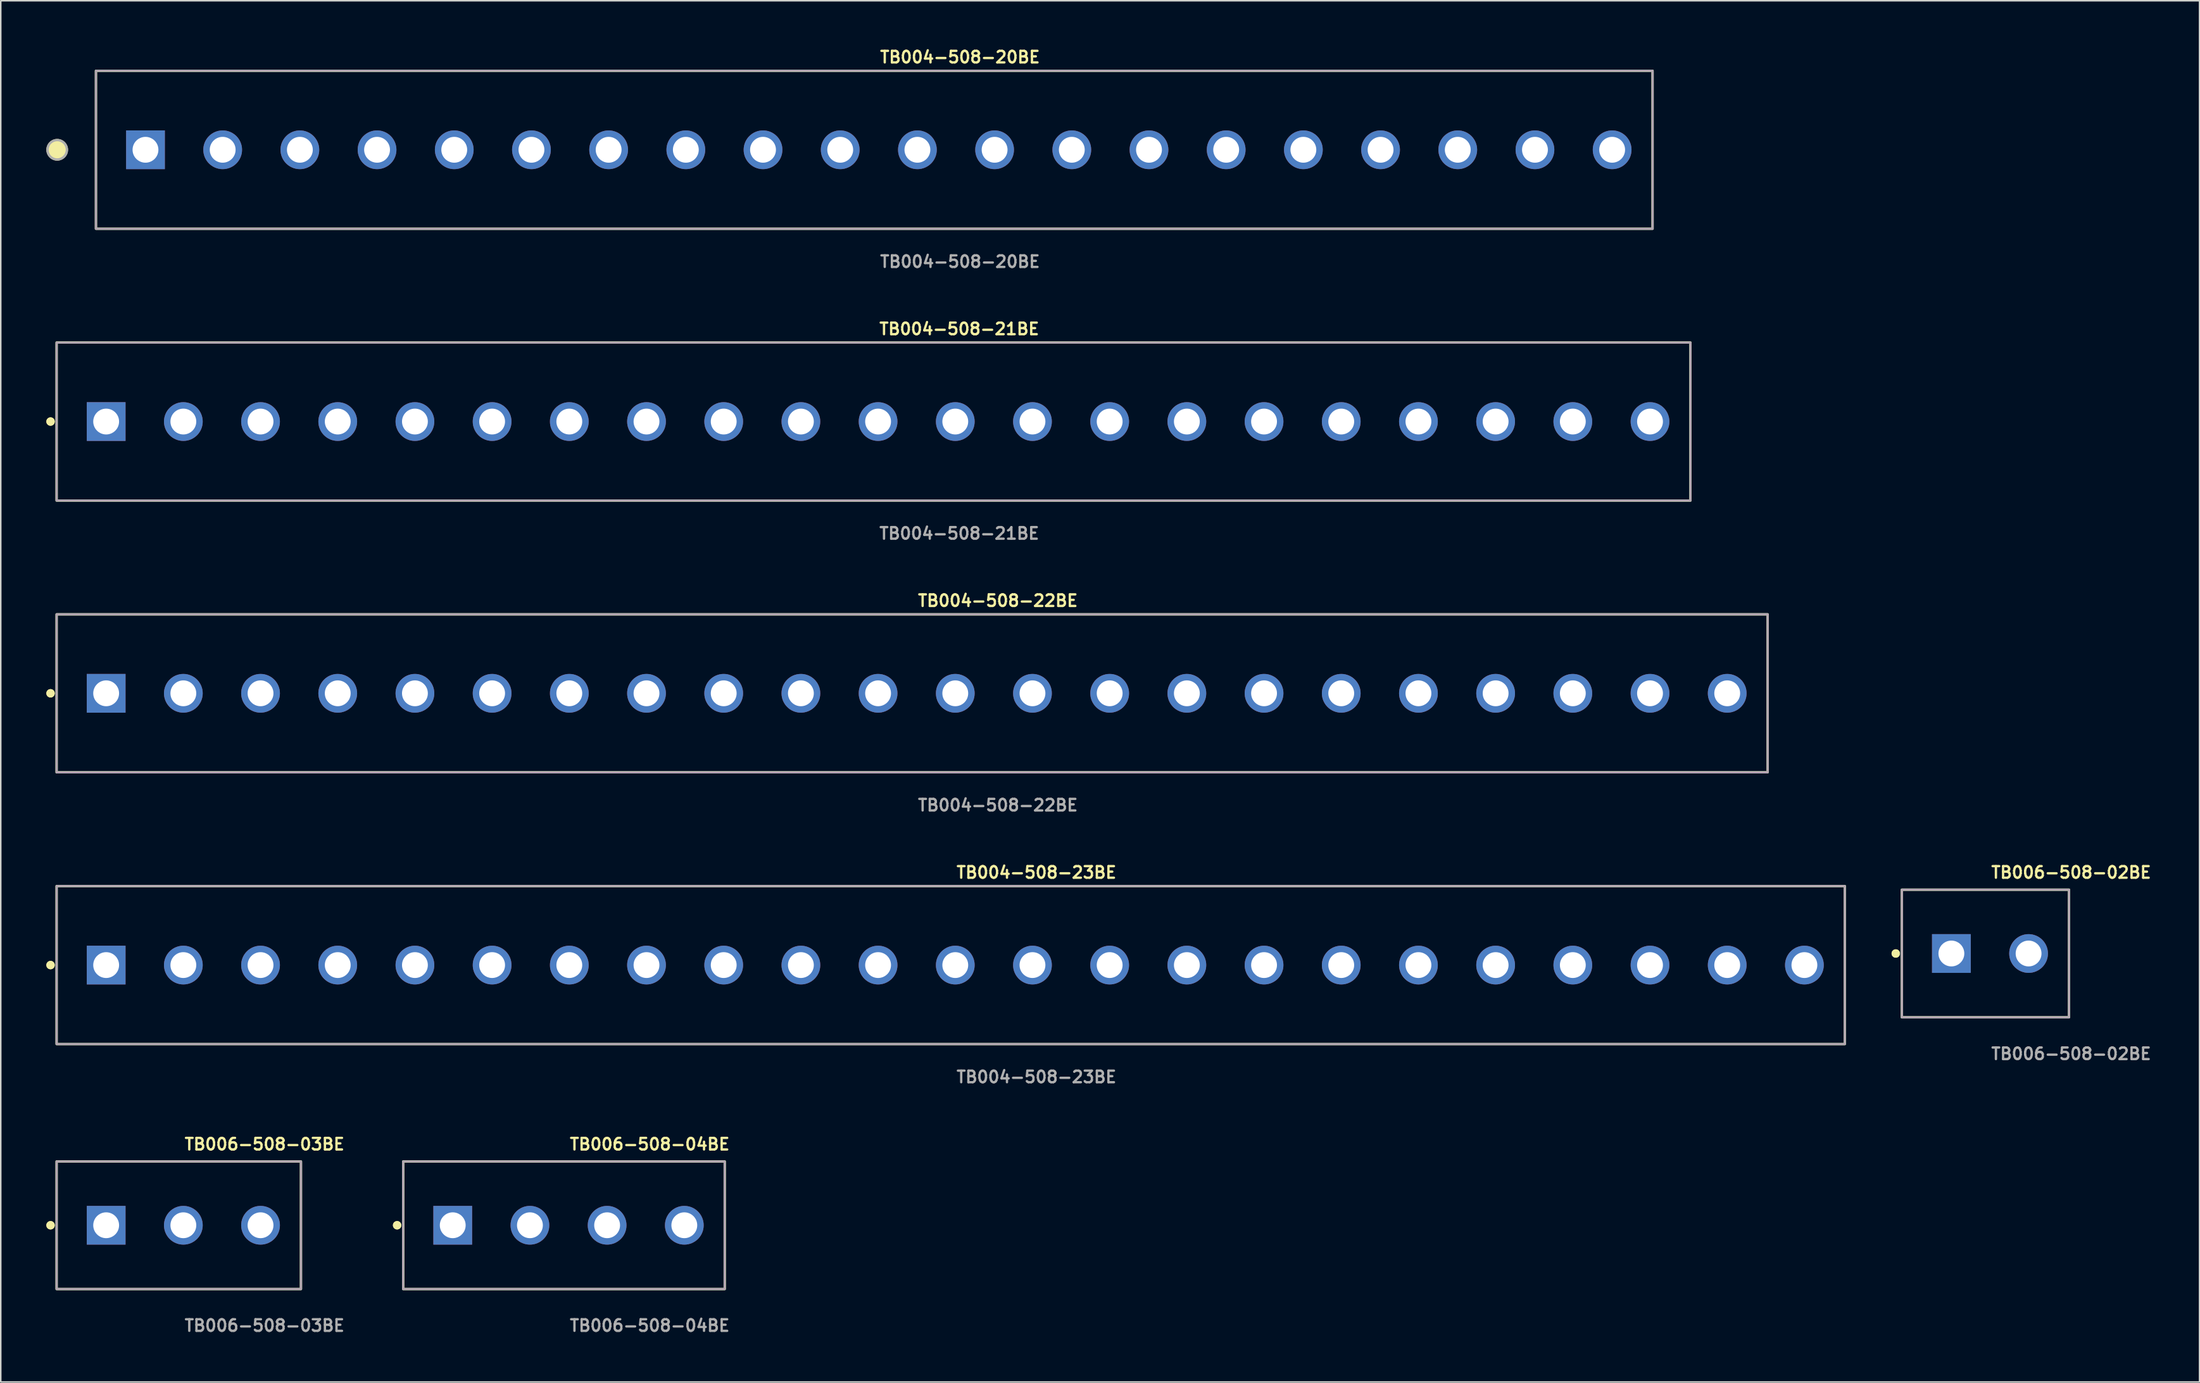
<source format=kicad_pcb>
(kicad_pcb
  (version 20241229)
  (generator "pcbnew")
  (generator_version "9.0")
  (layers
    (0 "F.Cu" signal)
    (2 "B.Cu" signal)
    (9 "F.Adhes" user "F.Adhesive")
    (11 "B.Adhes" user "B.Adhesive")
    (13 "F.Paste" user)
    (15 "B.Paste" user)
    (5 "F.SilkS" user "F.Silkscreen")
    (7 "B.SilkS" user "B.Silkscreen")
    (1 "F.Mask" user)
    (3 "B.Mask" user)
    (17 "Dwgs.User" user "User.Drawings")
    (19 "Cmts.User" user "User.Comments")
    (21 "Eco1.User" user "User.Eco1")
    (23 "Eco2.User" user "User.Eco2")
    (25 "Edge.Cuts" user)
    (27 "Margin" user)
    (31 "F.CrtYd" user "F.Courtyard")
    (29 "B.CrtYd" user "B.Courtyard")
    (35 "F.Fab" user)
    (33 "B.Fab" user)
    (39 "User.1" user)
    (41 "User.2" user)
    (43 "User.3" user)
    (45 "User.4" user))
  (footprint "TB006-508-02BE"
    (layer "F.Cu")
    (at 127.909 59.713)
    (property "Reference" "TB006-508-02BE" (at 0 -5.334 0) (unlocked yes) (layer "F.SilkS") (effects (font (size 0.762 0.762) (thickness 0.152)) (justify left)))
    (fp_rect (start -5.8 4.2) (end 5.2 -4.2) (stroke (width 0.152) (type solid)) (fill no) (layer "F.SilkS"))
    (fp_circle (center -6.2 0) (end -6.4 0) (stroke (width 0.152) (type solid)) (fill yes) (layer "F.SilkS"))
    (fp_circle (center -6.2 0) (end -6.4 0) (stroke (width 0.152) (type solid)) (fill yes) (layer "F.SilkS"))
    (fp_rect (start -5.8 4.2) (end 5.2 -4.2) (stroke (width 0.006) (type solid)) (fill no) (layer "F.CrtYd"))
    (fp_rect (start -5.8 4.2) (end 5.2 -4.2) (stroke (width 0.152) (type solid)) (fill no) (layer "F.Fab"))
    (fp_text user "${REFERENCE}" (at 0 6.604 0) (unlocked yes) (layer "F.Fab") (effects (font (size 0.762 0.762) (thickness 0.152)) (justify left)))
    (pad "1" thru_hole rect (at -2.54 0) (size 2.55 2.55) (drill 1.7) (layers "*.Cu" "*.Mask"))
    (pad "2" thru_hole circle (at 2.54 0) (size 2.55 2.55) (drill 1.7) (layers "*.Cu" "*.Mask")))
  (footprint "TB006-508-03BE"
    (layer "F.Cu")
    (at 9.016 77.601)
    (property "Reference" "TB006-508-03BE" (at 0 -5.334 0) (unlocked yes) (layer "F.SilkS") (effects (font (size 0.762 0.762) (thickness 0.152)) (justify left)))
    (fp_rect (start -8.34 4.2) (end 7.74 -4.2) (stroke (width 0.152) (type solid)) (fill no) (layer "F.SilkS"))
    (fp_circle (center -8.74 0) (end -8.94 0) (stroke (width 0.152) (type solid)) (fill yes) (layer "F.SilkS"))
    (fp_circle (center -8.74 0) (end -8.94 0) (stroke (width 0.152) (type solid)) (fill yes) (layer "F.SilkS"))
    (fp_rect (start -8.34 4.2) (end 7.74 -4.2) (stroke (width 0.006) (type solid)) (fill no) (layer "F.CrtYd"))
    (fp_rect (start -8.34 4.2) (end 7.74 -4.2) (stroke (width 0.152) (type solid)) (fill no) (layer "F.Fab"))
    (fp_text user "${REFERENCE}" (at 0 6.604 0) (unlocked yes) (layer "F.Fab") (effects (font (size 0.762 0.762) (thickness 0.152)) (justify left)))
    (pad "1" thru_hole rect (at -5.08 0) (size 2.55 2.55) (drill 1.7) (layers "*.Cu" "*.Mask"))
    (pad "2" thru_hole circle (at 0 0) (size 2.55 2.55) (drill 1.7) (layers "*.Cu" "*.Mask"))
    (pad "3" thru_hole circle (at 5.08 0) (size 2.55 2.55) (drill 1.7) (layers "*.Cu" "*.Mask")))
  (footprint "TB004-508-21BE"
    (layer "F.Cu")
    (at 54.736 24.698)
    (property "Reference" "TB004-508-21BE" (at 0 -6.096 0) (unlocked yes) (layer "F.SilkS") (effects (font (size 0.762 0.762) (thickness 0.152)) (justify left)))
    (fp_rect (start -54.06 5.2) (end 53.46 -5.2) (stroke (width 0.152) (type solid)) (fill no) (layer "F.SilkS"))
    (fp_circle (center -54.46 0) (end -54.66 0) (stroke (width 0.152) (type solid)) (fill yes) (layer "F.SilkS"))
    (fp_circle (center -54.46 0) (end -54.66 0) (stroke (width 0.152) (type solid)) (fill yes) (layer "F.SilkS"))
    (fp_rect (start -54.06 5.2) (end 53.46 -5.2) (stroke (width 0.006) (type solid)) (fill no) (layer "F.CrtYd"))
    (fp_rect (start -54.06 5.2) (end 53.46 -5.2) (stroke (width 0.152) (type solid)) (fill no) (layer "F.Fab"))
    (fp_text user "${REFERENCE}" (at 0 7.366 0) (unlocked yes) (layer "F.Fab") (effects (font (size 0.762 0.762) (thickness 0.152)) (justify left)))
    (pad "1" thru_hole rect (at -50.8 0) (size 2.55 2.55) (drill 1.7) (layers "*.Cu" "*.Mask"))
    (pad "2" thru_hole circle (at -45.72 0) (size 2.55 2.55) (drill 1.7) (layers "*.Cu" "*.Mask"))
    (pad "3" thru_hole circle (at -40.64 0) (size 2.55 2.55) (drill 1.7) (layers "*.Cu" "*.Mask"))
    (pad "4" thru_hole circle (at -35.56 0) (size 2.55 2.55) (drill 1.7) (layers "*.Cu" "*.Mask"))
    (pad "5" thru_hole circle (at -30.48 0) (size 2.55 2.55) (drill 1.7) (layers "*.Cu" "*.Mask"))
    (pad "6" thru_hole circle (at -25.4 0) (size 2.55 2.55) (drill 1.7) (layers "*.Cu" "*.Mask"))
    (pad "7" thru_hole circle (at -20.32 0) (size 2.55 2.55) (drill 1.7) (layers "*.Cu" "*.Mask"))
    (pad "8" thru_hole circle (at -15.24 0) (size 2.55 2.55) (drill 1.7) (layers "*.Cu" "*.Mask"))
    (pad "9" thru_hole circle (at -10.16 0) (size 2.55 2.55) (drill 1.7) (layers "*.Cu" "*.Mask"))
    (pad "10" thru_hole circle (at -5.08 0) (size 2.55 2.55) (drill 1.7) (layers "*.Cu" "*.Mask"))
    (pad "11" thru_hole circle (at 0 0) (size 2.55 2.55) (drill 1.7) (layers "*.Cu" "*.Mask"))
    (pad "12" thru_hole circle (at 5.08 0) (size 2.55 2.55) (drill 1.7) (layers "*.Cu" "*.Mask"))
    (pad "13" thru_hole circle (at 10.16 0) (size 2.55 2.55) (drill 1.7) (layers "*.Cu" "*.Mask"))
    (pad "14" thru_hole circle (at 15.24 0) (size 2.55 2.55) (drill 1.7) (layers "*.Cu" "*.Mask"))
    (pad "15" thru_hole circle (at 20.32 0) (size 2.55 2.55) (drill 1.7) (layers "*.Cu" "*.Mask"))
    (pad "16" thru_hole circle (at 25.4 0) (size 2.55 2.55) (drill 1.7) (layers "*.Cu" "*.Mask"))
    (pad "17" thru_hole circle (at 30.48 0) (size 2.55 2.55) (drill 1.7) (layers "*.Cu" "*.Mask"))
    (pad "18" thru_hole circle (at 35.56 0) (size 2.55 2.55) (drill 1.7) (layers "*.Cu" "*.Mask"))
    (pad "19" thru_hole circle (at 40.64 0) (size 2.55 2.55) (drill 1.7) (layers "*.Cu" "*.Mask"))
    (pad "20" thru_hole circle (at 45.72 0) (size 2.55 2.55) (drill 1.7) (layers "*.Cu" "*.Mask"))
    (pad "21" thru_hole circle (at 50.8 0) (size 2.55 2.55) (drill 1.7) (layers "*.Cu" "*.Mask")))
  (footprint "TB006-508-04BE"
    (layer "F.Cu")
    (at 34.364 77.601)
    (property "Reference" "TB006-508-04BE" (at 0 -5.334 0) (unlocked yes) (layer "F.SilkS") (effects (font (size 0.762 0.762) (thickness 0.152)) (justify left)))
    (fp_rect (start -10.88 4.2) (end 10.28 -4.2) (stroke (width 0.152) (type solid)) (fill no) (layer "F.SilkS"))
    (fp_circle (center -11.28 0) (end -11.48 0) (stroke (width 0.152) (type solid)) (fill yes) (layer "F.SilkS"))
    (fp_circle (center -11.28 0) (end -11.48 0) (stroke (width 0.152) (type solid)) (fill yes) (layer "F.SilkS"))
    (fp_rect (start -10.88 4.2) (end 10.28 -4.2) (stroke (width 0.006) (type solid)) (fill no) (layer "F.CrtYd"))
    (fp_rect (start -10.88 4.2) (end 10.28 -4.2) (stroke (width 0.152) (type solid)) (fill no) (layer "F.Fab"))
    (fp_text user "${REFERENCE}" (at 0 6.604 0) (unlocked yes) (layer "F.Fab") (effects (font (size 0.762 0.762) (thickness 0.152)) (justify left)))
    (pad "1" thru_hole rect (at -7.62 0) (size 2.55 2.55) (drill 1.7) (layers "*.Cu" "*.Mask"))
    (pad "2" thru_hole circle (at -2.54 0) (size 2.55 2.55) (drill 1.7) (layers "*.Cu" "*.Mask"))
    (pad "3" thru_hole circle (at 2.54 0) (size 2.55 2.55) (drill 1.7) (layers "*.Cu" "*.Mask"))
    (pad "4" thru_hole circle (at 7.62 0) (size 2.55 2.55) (drill 1.7) (layers "*.Cu" "*.Mask")))
  (footprint "TB004-508-22BE"
    (layer "F.Cu")
    (at 57.276 42.586)
    (property "Reference" "TB004-508-22BE" (at 0 -6.096 0) (unlocked yes) (layer "F.SilkS") (effects (font (size 0.762 0.762) (thickness 0.152)) (justify left)))
    (fp_rect (start -56.6 5.2) (end 56 -5.2) (stroke (width 0.152) (type solid)) (fill no) (layer "F.SilkS"))
    (fp_circle (center -57 0) (end -57.2 0) (stroke (width 0.152) (type solid)) (fill yes) (layer "F.SilkS"))
    (fp_circle (center -57 0) (end -57.2 0) (stroke (width 0.152) (type solid)) (fill yes) (layer "F.SilkS"))
    (fp_rect (start -56.6 5.2) (end 56 -5.2) (stroke (width 0.006) (type solid)) (fill no) (layer "F.CrtYd"))
    (fp_rect (start -56.6 5.2) (end 56 -5.2) (stroke (width 0.152) (type solid)) (fill no) (layer "F.Fab"))
    (fp_text user "${REFERENCE}" (at 0 7.366 0) (unlocked yes) (layer "F.Fab") (effects (font (size 0.762 0.762) (thickness 0.152)) (justify left)))
    (pad "1" thru_hole rect (at -53.34 0) (size 2.55 2.55) (drill 1.7) (layers "*.Cu" "*.Mask"))
    (pad "2" thru_hole circle (at -48.26 0) (size 2.55 2.55) (drill 1.7) (layers "*.Cu" "*.Mask"))
    (pad "3" thru_hole circle (at -43.18 0) (size 2.55 2.55) (drill 1.7) (layers "*.Cu" "*.Mask"))
    (pad "4" thru_hole circle (at -38.1 0) (size 2.55 2.55) (drill 1.7) (layers "*.Cu" "*.Mask"))
    (pad "5" thru_hole circle (at -33.02 0) (size 2.55 2.55) (drill 1.7) (layers "*.Cu" "*.Mask"))
    (pad "6" thru_hole circle (at -27.94 0) (size 2.55 2.55) (drill 1.7) (layers "*.Cu" "*.Mask"))
    (pad "7" thru_hole circle (at -22.86 0) (size 2.55 2.55) (drill 1.7) (layers "*.Cu" "*.Mask"))
    (pad "8" thru_hole circle (at -17.78 0) (size 2.55 2.55) (drill 1.7) (layers "*.Cu" "*.Mask"))
    (pad "9" thru_hole circle (at -12.7 0) (size 2.55 2.55) (drill 1.7) (layers "*.Cu" "*.Mask"))
    (pad "10" thru_hole circle (at -7.62 0) (size 2.55 2.55) (drill 1.7) (layers "*.Cu" "*.Mask"))
    (pad "11" thru_hole circle (at -2.54 0) (size 2.55 2.55) (drill 1.7) (layers "*.Cu" "*.Mask"))
    (pad "12" thru_hole circle (at 2.54 0) (size 2.55 2.55) (drill 1.7) (layers "*.Cu" "*.Mask"))
    (pad "13" thru_hole circle (at 7.62 0) (size 2.55 2.55) (drill 1.7) (layers "*.Cu" "*.Mask"))
    (pad "14" thru_hole circle (at 12.7 0) (size 2.55 2.55) (drill 1.7) (layers "*.Cu" "*.Mask"))
    (pad "15" thru_hole circle (at 17.78 0) (size 2.55 2.55) (drill 1.7) (layers "*.Cu" "*.Mask"))
    (pad "16" thru_hole circle (at 22.86 0) (size 2.55 2.55) (drill 1.7) (layers "*.Cu" "*.Mask"))
    (pad "17" thru_hole circle (at 27.94 0) (size 2.55 2.55) (drill 1.7) (layers "*.Cu" "*.Mask"))
    (pad "18" thru_hole circle (at 33.02 0) (size 2.55 2.55) (drill 1.7) (layers "*.Cu" "*.Mask"))
    (pad "19" thru_hole circle (at 38.1 0) (size 2.55 2.55) (drill 1.7) (layers "*.Cu" "*.Mask"))
    (pad "20" thru_hole circle (at 43.18 0) (size 2.55 2.55) (drill 1.7) (layers "*.Cu" "*.Mask"))
    (pad "21" thru_hole circle (at 48.26 0) (size 2.55 2.55) (drill 1.7) (layers "*.Cu" "*.Mask"))
    (pad "22" thru_hole circle (at 53.34 0) (size 2.55 2.55) (drill 1.7) (layers "*.Cu" "*.Mask")))
  (footprint "TB004-508-20BE"
    (layer "F.Cu")
    (at 54.784 6.809)
    (property "Reference" "TB004-508-20BE" (at 0 -6.096 0) (unlocked yes) (layer "F.SilkS") (effects (font (size 0.762 0.762) (thickness 0.152)) (justify left)))
    (fp_rect (start -51.52 5.2) (end 50.92 -5.2) (stroke (width 0.152) (type solid)) (fill no) (layer "F.SilkS"))
    (fp_circle (center -54.07 0) (end -54.708 0) (stroke (width 0.152) (type solid)) (fill yes) (layer "F.SilkS"))
    (fp_rect (start -51.52 5.2) (end 50.92 -5.2) (stroke (width 0.006) (type solid)) (fill no) (layer "F.CrtYd"))
    (fp_rect (start -51.52 5.2) (end 50.92 -5.2) (stroke (width 0.152) (type solid)) (fill no) (layer "F.Fab"))
    (fp_circle (center -54.07 0) (end -54.708 0) (stroke (width 0.152) (type solid)) (fill no) (layer "F.Fab"))
    (fp_text user "${REFERENCE}" (at 0 7.366 0) (unlocked yes) (layer "F.Fab") (effects (font (size 0.762 0.762) (thickness 0.152)) (justify left)))
    (pad "1" thru_hole rect (at -48.26 0) (size 2.55 2.55) (drill 1.7) (layers "*.Cu" "*.Mask"))
    (pad "2" thru_hole circle (at -43.18 0) (size 2.55 2.55) (drill 1.7) (layers "*.Cu" "*.Mask"))
    (pad "3" thru_hole circle (at -38.1 0) (size 2.55 2.55) (drill 1.7) (layers "*.Cu" "*.Mask"))
    (pad "4" thru_hole circle (at -33.02 0) (size 2.55 2.55) (drill 1.7) (layers "*.Cu" "*.Mask"))
    (pad "5" thru_hole circle (at -27.94 0) (size 2.55 2.55) (drill 1.7) (layers "*.Cu" "*.Mask"))
    (pad "6" thru_hole circle (at -22.86 0) (size 2.55 2.55) (drill 1.7) (layers "*.Cu" "*.Mask"))
    (pad "7" thru_hole circle (at -17.78 0) (size 2.55 2.55) (drill 1.7) (layers "*.Cu" "*.Mask"))
    (pad "8" thru_hole circle (at -12.7 0) (size 2.55 2.55) (drill 1.7) (layers "*.Cu" "*.Mask"))
    (pad "9" thru_hole circle (at -7.62 0) (size 2.55 2.55) (drill 1.7) (layers "*.Cu" "*.Mask"))
    (pad "10" thru_hole circle (at -2.54 0) (size 2.55 2.55) (drill 1.7) (layers "*.Cu" "*.Mask"))
    (pad "11" thru_hole circle (at 2.54 0) (size 2.55 2.55) (drill 1.7) (layers "*.Cu" "*.Mask"))
    (pad "12" thru_hole circle (at 7.62 0) (size 2.55 2.55) (drill 1.7) (layers "*.Cu" "*.Mask"))
    (pad "13" thru_hole circle (at 12.7 0) (size 2.55 2.55) (drill 1.7) (layers "*.Cu" "*.Mask"))
    (pad "14" thru_hole circle (at 17.78 0) (size 2.55 2.55) (drill 1.7) (layers "*.Cu" "*.Mask"))
    (pad "15" thru_hole circle (at 22.86 0) (size 2.55 2.55) (drill 1.7) (layers "*.Cu" "*.Mask"))
    (pad "16" thru_hole circle (at 27.94 0) (size 2.55 2.55) (drill 1.7) (layers "*.Cu" "*.Mask"))
    (pad "17" thru_hole circle (at 33.02 0) (size 2.55 2.55) (drill 1.7) (layers "*.Cu" "*.Mask"))
    (pad "18" thru_hole circle (at 38.1 0) (size 2.55 2.55) (drill 1.7) (layers "*.Cu" "*.Mask"))
    (pad "19" thru_hole circle (at 43.18 0) (size 2.55 2.55) (drill 1.7) (layers "*.Cu" "*.Mask"))
    (pad "20" thru_hole circle (at 48.26 0) (size 2.55 2.55) (drill 1.7) (layers "*.Cu" "*.Mask")))
  (footprint "TB004-508-23BE"
    (layer "F.Cu")
    (at 59.816 60.475)
    (property "Reference" "TB004-508-23BE" (at 0 -6.096 0) (unlocked yes) (layer "F.SilkS") (effects (font (size 0.762 0.762) (thickness 0.152)) (justify left)))
    (fp_rect (start -59.14 5.2) (end 58.54 -5.2) (stroke (width 0.152) (type solid)) (fill no) (layer "F.SilkS"))
    (fp_circle (center -59.54 0) (end -59.74 0) (stroke (width 0.152) (type solid)) (fill yes) (layer "F.SilkS"))
    (fp_circle (center -59.54 0) (end -59.74 0) (stroke (width 0.152) (type solid)) (fill yes) (layer "F.SilkS"))
    (fp_rect (start -59.14 5.2) (end 58.54 -5.2) (stroke (width 0.006) (type solid)) (fill no) (layer "F.CrtYd"))
    (fp_rect (start -59.14 5.2) (end 58.54 -5.2) (stroke (width 0.152) (type solid)) (fill no) (layer "F.Fab"))
    (fp_text user "${REFERENCE}" (at 0 7.366 0) (unlocked yes) (layer "F.Fab") (effects (font (size 0.762 0.762) (thickness 0.152)) (justify left)))
    (pad "1" thru_hole rect (at -55.88 0) (size 2.55 2.55) (drill 1.7) (layers "*.Cu" "*.Mask"))
    (pad "2" thru_hole circle (at -50.8 0) (size 2.55 2.55) (drill 1.7) (layers "*.Cu" "*.Mask"))
    (pad "3" thru_hole circle (at -45.72 0) (size 2.55 2.55) (drill 1.7) (layers "*.Cu" "*.Mask"))
    (pad "4" thru_hole circle (at -40.64 0) (size 2.55 2.55) (drill 1.7) (layers "*.Cu" "*.Mask"))
    (pad "5" thru_hole circle (at -35.56 0) (size 2.55 2.55) (drill 1.7) (layers "*.Cu" "*.Mask"))
    (pad "6" thru_hole circle (at -30.48 0) (size 2.55 2.55) (drill 1.7) (layers "*.Cu" "*.Mask"))
    (pad "7" thru_hole circle (at -25.4 0) (size 2.55 2.55) (drill 1.7) (layers "*.Cu" "*.Mask"))
    (pad "8" thru_hole circle (at -20.32 0) (size 2.55 2.55) (drill 1.7) (layers "*.Cu" "*.Mask"))
    (pad "9" thru_hole circle (at -15.24 0) (size 2.55 2.55) (drill 1.7) (layers "*.Cu" "*.Mask"))
    (pad "10" thru_hole circle (at -10.16 0) (size 2.55 2.55) (drill 1.7) (layers "*.Cu" "*.Mask"))
    (pad "11" thru_hole circle (at -5.08 0) (size 2.55 2.55) (drill 1.7) (layers "*.Cu" "*.Mask"))
    (pad "12" thru_hole circle (at 0 0) (size 2.55 2.55) (drill 1.7) (layers "*.Cu" "*.Mask"))
    (pad "13" thru_hole circle (at 5.08 0) (size 2.55 2.55) (drill 1.7) (layers "*.Cu" "*.Mask"))
    (pad "14" thru_hole circle (at 10.16 0) (size 2.55 2.55) (drill 1.7) (layers "*.Cu" "*.Mask"))
    (pad "15" thru_hole circle (at 15.24 0) (size 2.55 2.55) (drill 1.7) (layers "*.Cu" "*.Mask"))
    (pad "16" thru_hole circle (at 20.32 0) (size 2.55 2.55) (drill 1.7) (layers "*.Cu" "*.Mask"))
    (pad "17" thru_hole circle (at 25.4 0) (size 2.55 2.55) (drill 1.7) (layers "*.Cu" "*.Mask"))
    (pad "18" thru_hole circle (at 30.48 0) (size 2.55 2.55) (drill 1.7) (layers "*.Cu" "*.Mask"))
    (pad "19" thru_hole circle (at 35.56 0) (size 2.55 2.55) (drill 1.7) (layers "*.Cu" "*.Mask"))
    (pad "20" thru_hole circle (at 40.64 0) (size 2.55 2.55) (drill 1.7) (layers "*.Cu" "*.Mask"))
    (pad "21" thru_hole circle (at 45.72 0) (size 2.55 2.55) (drill 1.7) (layers "*.Cu" "*.Mask"))
    (pad "22" thru_hole circle (at 50.8 0) (size 2.55 2.55) (drill 1.7) (layers "*.Cu" "*.Mask"))
    (pad "23" thru_hole circle (at 55.88 0) (size 2.55 2.55) (drill 1.7) (layers "*.Cu" "*.Mask")))
  (gr_rect
    (start -3 -3)
    (end 141.7 87.918)
    (stroke (width 0.1) (type default))
    (fill no)
    (layer "Edge.Cuts")))
</source>
